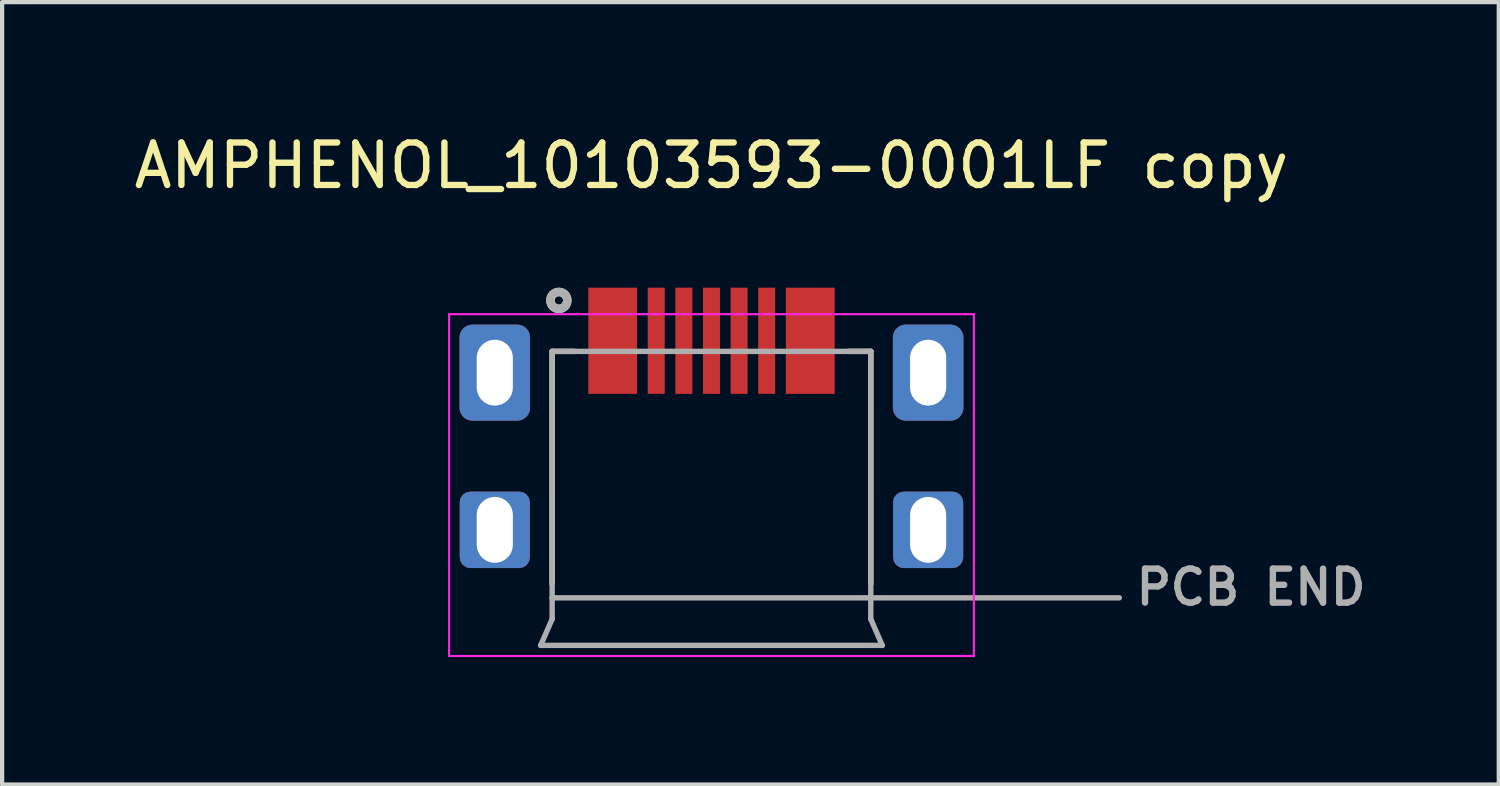
<source format=kicad_pcb>
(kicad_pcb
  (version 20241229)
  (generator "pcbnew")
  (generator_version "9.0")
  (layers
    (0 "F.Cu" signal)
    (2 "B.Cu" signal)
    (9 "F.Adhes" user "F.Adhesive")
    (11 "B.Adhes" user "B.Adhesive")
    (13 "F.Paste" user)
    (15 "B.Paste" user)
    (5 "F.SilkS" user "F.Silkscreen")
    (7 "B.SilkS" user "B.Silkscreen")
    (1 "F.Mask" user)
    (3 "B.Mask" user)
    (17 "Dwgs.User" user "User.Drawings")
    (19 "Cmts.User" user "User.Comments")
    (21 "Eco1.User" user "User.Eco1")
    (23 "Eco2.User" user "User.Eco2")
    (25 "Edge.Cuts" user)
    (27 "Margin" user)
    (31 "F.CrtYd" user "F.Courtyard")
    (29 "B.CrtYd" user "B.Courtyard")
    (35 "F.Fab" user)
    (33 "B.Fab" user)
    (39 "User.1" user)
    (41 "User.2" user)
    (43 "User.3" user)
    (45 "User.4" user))
  (footprint "AMPHENOL_10103593-0001LF copy"
    (layer "F.Cu")
    (at 13.696 9.421)
    (property "Reference" "AMPHENOL_10103593-0001LF copy" (at 0 -8.572 0) (layer "F.SilkS") (effects (font (size 1 1) (thickness 0.15))))
    (attr smd)
    (fp_poly (pts (xy -4.575 -2.475) (xy -5.625 -2.475) (xy -5.646 -2.476) (xy -5.667 -2.477) (xy -5.688 -2.48) (xy -5.708 -2.484) (xy -5.729 -2.489) (xy -5.749 -2.495) (xy -5.768 -2.502) (xy -5.788 -2.51) (xy -5.807 -2.519) (xy -5.825 -2.529) (xy -5.843 -2.54) (xy -5.86 -2.551) (xy -5.877 -2.564) (xy -5.893 -2.578) (xy -5.908 -2.592) (xy -5.922 -2.607) (xy -5.936 -2.623) (xy -5.949 -2.64) (xy -5.96 -2.657) (xy -5.971 -2.675) (xy -5.981 -2.693) (xy -5.99 -2.712) (xy -5.998 -2.732) (xy -6.005 -2.751) (xy -6.011 -2.771) (xy -6.016 -2.792) (xy -6.02 -2.812) (xy -6.023 -2.833) (xy -6.024 -2.854) (xy -6.025 -2.875) (xy -6.025 -4.525) (xy -6.024 -4.546) (xy -6.023 -4.567) (xy -6.02 -4.588) (xy -6.016 -4.608) (xy -6.011 -4.629) (xy -6.005 -4.649) (xy -5.998 -4.668) (xy -5.99 -4.688) (xy -5.981 -4.707) (xy -5.971 -4.725) (xy -5.96 -4.743) (xy -5.949 -4.76) (xy -5.936 -4.777) (xy -5.922 -4.793) (xy -5.908 -4.808) (xy -5.893 -4.822) (xy -5.877 -4.836) (xy -5.86 -4.849) (xy -5.843 -4.86) (xy -5.825 -4.871) (xy -5.807 -4.881) (xy -5.788 -4.89) (xy -5.768 -4.898) (xy -5.749 -4.905) (xy -5.729 -4.911) (xy -5.708 -4.916) (xy -5.688 -4.92) (xy -5.667 -4.923) (xy -5.646 -4.924) (xy -5.625 -4.925) (xy -4.575 -4.925) (xy -4.554 -4.924) (xy -4.533 -4.923) (xy -4.512 -4.92) (xy -4.492 -4.916) (xy -4.471 -4.911) (xy -4.451 -4.905) (xy -4.432 -4.898) (xy -4.412 -4.89) (xy -4.393 -4.881) (xy -4.375 -4.871) (xy -4.357 -4.86) (xy -4.34 -4.849) (xy -4.323 -4.836) (xy -4.307 -4.822) (xy -4.292 -4.808) (xy -4.278 -4.793) (xy -4.264 -4.777) (xy -4.251 -4.76) (xy -4.24 -4.743) (xy -4.229 -4.725) (xy -4.219 -4.707) (xy -4.21 -4.688) (xy -4.202 -4.668) (xy -4.195 -4.649) (xy -4.189 -4.629) (xy -4.184 -4.608) (xy -4.18 -4.588) (xy -4.177 -4.567) (xy -4.176 -4.546) (xy -4.175 -4.525) (xy -4.175 -2.875) (xy -4.176 -2.854) (xy -4.177 -2.833) (xy -4.18 -2.812) (xy -4.184 -2.792) (xy -4.189 -2.771) (xy -4.195 -2.751) (xy -4.202 -2.732) (xy -4.21 -2.712) (xy -4.219 -2.693) (xy -4.229 -2.675) (xy -4.24 -2.657) (xy -4.251 -2.64) (xy -4.264 -2.623) (xy -4.278 -2.607) (xy -4.292 -2.592) (xy -4.307 -2.578) (xy -4.323 -2.564) (xy -4.34 -2.551) (xy -4.357 -2.54) (xy -4.375 -2.529) (xy -4.393 -2.519) (xy -4.412 -2.51) (xy -4.432 -2.502) (xy -4.451 -2.495) (xy -4.471 -2.489) (xy -4.492 -2.484) (xy -4.512 -2.48) (xy -4.533 -2.477) (xy -4.554 -2.476) (xy -4.575 -2.475)) (stroke (width 0.01) (type solid)) (fill yes) (layer "F.Mask"))
    (fp_poly (pts (xy -4.575 1.225) (xy -5.625 1.225) (xy -5.646 1.224) (xy -5.667 1.223) (xy -5.688 1.22) (xy -5.708 1.216) (xy -5.729 1.211) (xy -5.749 1.205) (xy -5.768 1.198) (xy -5.788 1.19) (xy -5.807 1.181) (xy -5.825 1.171) (xy -5.843 1.16) (xy -5.86 1.149) (xy -5.877 1.136) (xy -5.893 1.122) (xy -5.908 1.108) (xy -5.922 1.093) (xy -5.936 1.077) (xy -5.949 1.06) (xy -5.96 1.043) (xy -5.971 1.025) (xy -5.981 1.007) (xy -5.99 0.988) (xy -5.998 0.968) (xy -6.005 0.949) (xy -6.011 0.929) (xy -6.016 0.908) (xy -6.02 0.888) (xy -6.023 0.867) (xy -6.024 0.846) (xy -6.025 0.825) (xy -6.025 -0.825) (xy -6.024 -0.846) (xy -6.023 -0.867) (xy -6.02 -0.888) (xy -6.016 -0.908) (xy -6.011 -0.929) (xy -6.005 -0.949) (xy -5.998 -0.968) (xy -5.99 -0.988) (xy -5.981 -1.007) (xy -5.971 -1.025) (xy -5.96 -1.043) (xy -5.949 -1.06) (xy -5.936 -1.077) (xy -5.922 -1.093) (xy -5.908 -1.108) (xy -5.893 -1.122) (xy -5.877 -1.136) (xy -5.86 -1.149) (xy -5.843 -1.16) (xy -5.825 -1.171) (xy -5.807 -1.181) (xy -5.788 -1.19) (xy -5.768 -1.198) (xy -5.749 -1.205) (xy -5.729 -1.211) (xy -5.708 -1.216) (xy -5.688 -1.22) (xy -5.667 -1.223) (xy -5.646 -1.224) (xy -5.625 -1.225) (xy -4.575 -1.225) (xy -4.554 -1.224) (xy -4.533 -1.223) (xy -4.512 -1.22) (xy -4.492 -1.216) (xy -4.471 -1.211) (xy -4.451 -1.205) (xy -4.432 -1.198) (xy -4.412 -1.19) (xy -4.393 -1.181) (xy -4.375 -1.171) (xy -4.357 -1.16) (xy -4.34 -1.149) (xy -4.323 -1.136) (xy -4.307 -1.122) (xy -4.292 -1.108) (xy -4.278 -1.093) (xy -4.264 -1.077) (xy -4.251 -1.06) (xy -4.24 -1.043) (xy -4.229 -1.025) (xy -4.219 -1.007) (xy -4.21 -0.988) (xy -4.202 -0.968) (xy -4.195 -0.949) (xy -4.189 -0.929) (xy -4.184 -0.908) (xy -4.18 -0.888) (xy -4.177 -0.867) (xy -4.176 -0.846) (xy -4.175 -0.825) (xy -4.175 0.825) (xy -4.176 0.846) (xy -4.177 0.867) (xy -4.18 0.888) (xy -4.184 0.908) (xy -4.189 0.929) (xy -4.195 0.949) (xy -4.202 0.968) (xy -4.21 0.988) (xy -4.219 1.007) (xy -4.229 1.025) (xy -4.24 1.043) (xy -4.251 1.06) (xy -4.264 1.077) (xy -4.278 1.093) (xy -4.292 1.108) (xy -4.307 1.122) (xy -4.323 1.136) (xy -4.34 1.149) (xy -4.357 1.16) (xy -4.375 1.171) (xy -4.393 1.181) (xy -4.412 1.19) (xy -4.432 1.198) (xy -4.451 1.205) (xy -4.471 1.211) (xy -4.492 1.216) (xy -4.512 1.22) (xy -4.533 1.223) (xy -4.554 1.224) (xy -4.575 1.225)) (stroke (width 0.01) (type solid)) (fill yes) (layer "F.Mask"))
    (fp_poly (pts (xy 5.625 -2.475) (xy 4.575 -2.475) (xy 4.554 -2.476) (xy 4.533 -2.477) (xy 4.512 -2.48) (xy 4.492 -2.484) (xy 4.471 -2.489) (xy 4.451 -2.495) (xy 4.432 -2.502) (xy 4.412 -2.51) (xy 4.393 -2.519) (xy 4.375 -2.529) (xy 4.357 -2.54) (xy 4.34 -2.551) (xy 4.323 -2.564) (xy 4.307 -2.578) (xy 4.292 -2.592) (xy 4.278 -2.607) (xy 4.264 -2.623) (xy 4.251 -2.64) (xy 4.24 -2.657) (xy 4.229 -2.675) (xy 4.219 -2.693) (xy 4.21 -2.712) (xy 4.202 -2.732) (xy 4.195 -2.751) (xy 4.189 -2.771) (xy 4.184 -2.792) (xy 4.18 -2.812) (xy 4.177 -2.833) (xy 4.176 -2.854) (xy 4.175 -2.875) (xy 4.175 -4.525) (xy 4.176 -4.546) (xy 4.177 -4.567) (xy 4.18 -4.588) (xy 4.184 -4.608) (xy 4.189 -4.629) (xy 4.195 -4.649) (xy 4.202 -4.668) (xy 4.21 -4.688) (xy 4.219 -4.707) (xy 4.229 -4.725) (xy 4.24 -4.743) (xy 4.251 -4.76) (xy 4.264 -4.777) (xy 4.278 -4.793) (xy 4.292 -4.808) (xy 4.307 -4.822) (xy 4.323 -4.836) (xy 4.34 -4.849) (xy 4.357 -4.86) (xy 4.375 -4.871) (xy 4.393 -4.881) (xy 4.412 -4.89) (xy 4.432 -4.898) (xy 4.451 -4.905) (xy 4.471 -4.911) (xy 4.492 -4.916) (xy 4.512 -4.92) (xy 4.533 -4.923) (xy 4.554 -4.924) (xy 4.575 -4.925) (xy 5.625 -4.925) (xy 5.646 -4.924) (xy 5.667 -4.923) (xy 5.688 -4.92) (xy 5.708 -4.916) (xy 5.729 -4.911) (xy 5.749 -4.905) (xy 5.768 -4.898) (xy 5.788 -4.89) (xy 5.807 -4.881) (xy 5.825 -4.871) (xy 5.843 -4.86) (xy 5.86 -4.849) (xy 5.877 -4.836) (xy 5.893 -4.822) (xy 5.908 -4.808) (xy 5.922 -4.793) (xy 5.936 -4.777) (xy 5.949 -4.76) (xy 5.96 -4.743) (xy 5.971 -4.725) (xy 5.981 -4.707) (xy 5.99 -4.688) (xy 5.998 -4.668) (xy 6.005 -4.649) (xy 6.011 -4.629) (xy 6.016 -4.608) (xy 6.02 -4.588) (xy 6.023 -4.567) (xy 6.024 -4.546) (xy 6.025 -4.525) (xy 6.025 -2.875) (xy 6.024 -2.854) (xy 6.023 -2.833) (xy 6.02 -2.812) (xy 6.016 -2.792) (xy 6.011 -2.771) (xy 6.005 -2.751) (xy 5.998 -2.732) (xy 5.99 -2.712) (xy 5.981 -2.693) (xy 5.971 -2.675) (xy 5.96 -2.657) (xy 5.949 -2.64) (xy 5.936 -2.623) (xy 5.922 -2.607) (xy 5.908 -2.592) (xy 5.893 -2.578) (xy 5.877 -2.564) (xy 5.86 -2.551) (xy 5.843 -2.54) (xy 5.825 -2.529) (xy 5.807 -2.519) (xy 5.788 -2.51) (xy 5.768 -2.502) (xy 5.749 -2.495) (xy 5.729 -2.489) (xy 5.708 -2.484) (xy 5.688 -2.48) (xy 5.667 -2.477) (xy 5.646 -2.476) (xy 5.625 -2.475)) (stroke (width 0.01) (type solid)) (fill yes) (layer "F.Mask"))
    (fp_poly (pts (xy 5.625 1.225) (xy 4.575 1.225) (xy 4.554 1.224) (xy 4.533 1.223) (xy 4.512 1.22) (xy 4.492 1.216) (xy 4.471 1.211) (xy 4.451 1.205) (xy 4.432 1.198) (xy 4.412 1.19) (xy 4.393 1.181) (xy 4.375 1.171) (xy 4.357 1.16) (xy 4.34 1.149) (xy 4.323 1.136) (xy 4.307 1.122) (xy 4.292 1.108) (xy 4.278 1.093) (xy 4.264 1.077) (xy 4.251 1.06) (xy 4.24 1.043) (xy 4.229 1.025) (xy 4.219 1.007) (xy 4.21 0.988) (xy 4.202 0.968) (xy 4.195 0.949) (xy 4.189 0.929) (xy 4.184 0.908) (xy 4.18 0.888) (xy 4.177 0.867) (xy 4.176 0.846) (xy 4.175 0.825) (xy 4.175 -0.825) (xy 4.176 -0.846) (xy 4.177 -0.867) (xy 4.18 -0.888) (xy 4.184 -0.908) (xy 4.189 -0.929) (xy 4.195 -0.949) (xy 4.202 -0.968) (xy 4.21 -0.988) (xy 4.219 -1.007) (xy 4.229 -1.025) (xy 4.24 -1.043) (xy 4.251 -1.06) (xy 4.264 -1.077) (xy 4.278 -1.093) (xy 4.292 -1.108) (xy 4.307 -1.122) (xy 4.323 -1.136) (xy 4.34 -1.149) (xy 4.357 -1.16) (xy 4.375 -1.171) (xy 4.393 -1.181) (xy 4.412 -1.19) (xy 4.432 -1.198) (xy 4.451 -1.205) (xy 4.471 -1.211) (xy 4.492 -1.216) (xy 4.512 -1.22) (xy 4.533 -1.223) (xy 4.554 -1.224) (xy 4.575 -1.225) (xy 5.625 -1.225) (xy 5.646 -1.224) (xy 5.667 -1.223) (xy 5.688 -1.22) (xy 5.708 -1.216) (xy 5.729 -1.211) (xy 5.749 -1.205) (xy 5.768 -1.198) (xy 5.788 -1.19) (xy 5.807 -1.181) (xy 5.825 -1.171) (xy 5.843 -1.16) (xy 5.86 -1.149) (xy 5.877 -1.136) (xy 5.893 -1.122) (xy 5.908 -1.108) (xy 5.922 -1.093) (xy 5.936 -1.077) (xy 5.949 -1.06) (xy 5.96 -1.043) (xy 5.971 -1.025) (xy 5.981 -1.007) (xy 5.99 -0.988) (xy 5.998 -0.968) (xy 6.005 -0.949) (xy 6.011 -0.929) (xy 6.016 -0.908) (xy 6.02 -0.888) (xy 6.023 -0.867) (xy 6.024 -0.846) (xy 6.025 -0.825) (xy 6.025 0.825) (xy 6.024 0.846) (xy 6.023 0.867) (xy 6.02 0.888) (xy 6.016 0.908) (xy 6.011 0.929) (xy 6.005 0.949) (xy 5.998 0.968) (xy 5.99 0.988) (xy 5.981 1.007) (xy 5.971 1.025) (xy 5.96 1.043) (xy 5.949 1.06) (xy 5.936 1.077) (xy 5.922 1.093) (xy 5.908 1.108) (xy 5.893 1.122) (xy 5.877 1.136) (xy 5.86 1.149) (xy 5.843 1.16) (xy 5.825 1.171) (xy 5.807 1.181) (xy 5.788 1.19) (xy 5.768 1.198) (xy 5.749 1.205) (xy 5.729 1.211) (xy 5.708 1.216) (xy 5.688 1.22) (xy 5.667 1.223) (xy 5.646 1.224) (xy 5.625 1.225)) (stroke (width 0.01) (type solid)) (fill yes) (layer "F.Mask"))
    (fp_poly (pts (xy -4.575 -2.475) (xy -5.625 -2.475) (xy -5.646 -2.476) (xy -5.667 -2.477) (xy -5.688 -2.48) (xy -5.708 -2.484) (xy -5.729 -2.489) (xy -5.749 -2.495) (xy -5.768 -2.502) (xy -5.788 -2.51) (xy -5.807 -2.519) (xy -5.825 -2.529) (xy -5.843 -2.54) (xy -5.86 -2.551) (xy -5.877 -2.564) (xy -5.893 -2.578) (xy -5.908 -2.592) (xy -5.922 -2.607) (xy -5.936 -2.623) (xy -5.949 -2.64) (xy -5.96 -2.657) (xy -5.971 -2.675) (xy -5.981 -2.693) (xy -5.99 -2.712) (xy -5.998 -2.732) (xy -6.005 -2.751) (xy -6.011 -2.771) (xy -6.016 -2.792) (xy -6.02 -2.812) (xy -6.023 -2.833) (xy -6.024 -2.854) (xy -6.025 -2.875) (xy -6.025 -4.525) (xy -6.024 -4.546) (xy -6.023 -4.567) (xy -6.02 -4.588) (xy -6.016 -4.608) (xy -6.011 -4.629) (xy -6.005 -4.649) (xy -5.998 -4.668) (xy -5.99 -4.688) (xy -5.981 -4.707) (xy -5.971 -4.725) (xy -5.96 -4.743) (xy -5.949 -4.76) (xy -5.936 -4.777) (xy -5.922 -4.793) (xy -5.908 -4.808) (xy -5.893 -4.822) (xy -5.877 -4.836) (xy -5.86 -4.849) (xy -5.843 -4.86) (xy -5.825 -4.871) (xy -5.807 -4.881) (xy -5.788 -4.89) (xy -5.768 -4.898) (xy -5.749 -4.905) (xy -5.729 -4.911) (xy -5.708 -4.916) (xy -5.688 -4.92) (xy -5.667 -4.923) (xy -5.646 -4.924) (xy -5.625 -4.925) (xy -4.575 -4.925) (xy -4.554 -4.924) (xy -4.533 -4.923) (xy -4.512 -4.92) (xy -4.492 -4.916) (xy -4.471 -4.911) (xy -4.451 -4.905) (xy -4.432 -4.898) (xy -4.412 -4.89) (xy -4.393 -4.881) (xy -4.375 -4.871) (xy -4.357 -4.86) (xy -4.34 -4.849) (xy -4.323 -4.836) (xy -4.307 -4.822) (xy -4.292 -4.808) (xy -4.278 -4.793) (xy -4.264 -4.777) (xy -4.251 -4.76) (xy -4.24 -4.743) (xy -4.229 -4.725) (xy -4.219 -4.707) (xy -4.21 -4.688) (xy -4.202 -4.668) (xy -4.195 -4.649) (xy -4.189 -4.629) (xy -4.184 -4.608) (xy -4.18 -4.588) (xy -4.177 -4.567) (xy -4.176 -4.546) (xy -4.175 -4.525) (xy -4.175 -2.875) (xy -4.176 -2.854) (xy -4.177 -2.833) (xy -4.18 -2.812) (xy -4.184 -2.792) (xy -4.189 -2.771) (xy -4.195 -2.751) (xy -4.202 -2.732) (xy -4.21 -2.712) (xy -4.219 -2.693) (xy -4.229 -2.675) (xy -4.24 -2.657) (xy -4.251 -2.64) (xy -4.264 -2.623) (xy -4.278 -2.607) (xy -4.292 -2.592) (xy -4.307 -2.578) (xy -4.323 -2.564) (xy -4.34 -2.551) (xy -4.357 -2.54) (xy -4.375 -2.529) (xy -4.393 -2.519) (xy -4.412 -2.51) (xy -4.432 -2.502) (xy -4.451 -2.495) (xy -4.471 -2.489) (xy -4.492 -2.484) (xy -4.512 -2.48) (xy -4.533 -2.477) (xy -4.554 -2.476) (xy -4.575 -2.475)) (stroke (width 0.01) (type solid)) (fill yes) (layer "B.Mask"))
    (fp_poly (pts (xy -4.575 1.225) (xy -5.625 1.225) (xy -5.646 1.224) (xy -5.667 1.223) (xy -5.688 1.22) (xy -5.708 1.216) (xy -5.729 1.211) (xy -5.749 1.205) (xy -5.768 1.198) (xy -5.788 1.19) (xy -5.807 1.181) (xy -5.825 1.171) (xy -5.843 1.16) (xy -5.86 1.149) (xy -5.877 1.136) (xy -5.893 1.122) (xy -5.908 1.108) (xy -5.922 1.093) (xy -5.936 1.077) (xy -5.949 1.06) (xy -5.96 1.043) (xy -5.971 1.025) (xy -5.981 1.007) (xy -5.99 0.988) (xy -5.998 0.968) (xy -6.005 0.949) (xy -6.011 0.929) (xy -6.016 0.908) (xy -6.02 0.888) (xy -6.023 0.867) (xy -6.024 0.846) (xy -6.025 0.825) (xy -6.025 -0.825) (xy -6.024 -0.846) (xy -6.023 -0.867) (xy -6.02 -0.888) (xy -6.016 -0.908) (xy -6.011 -0.929) (xy -6.005 -0.949) (xy -5.998 -0.968) (xy -5.99 -0.988) (xy -5.981 -1.007) (xy -5.971 -1.025) (xy -5.96 -1.043) (xy -5.949 -1.06) (xy -5.936 -1.077) (xy -5.922 -1.093) (xy -5.908 -1.108) (xy -5.893 -1.122) (xy -5.877 -1.136) (xy -5.86 -1.149) (xy -5.843 -1.16) (xy -5.825 -1.171) (xy -5.807 -1.181) (xy -5.788 -1.19) (xy -5.768 -1.198) (xy -5.749 -1.205) (xy -5.729 -1.211) (xy -5.708 -1.216) (xy -5.688 -1.22) (xy -5.667 -1.223) (xy -5.646 -1.224) (xy -5.625 -1.225) (xy -4.575 -1.225) (xy -4.554 -1.224) (xy -4.533 -1.223) (xy -4.512 -1.22) (xy -4.492 -1.216) (xy -4.471 -1.211) (xy -4.451 -1.205) (xy -4.432 -1.198) (xy -4.412 -1.19) (xy -4.393 -1.181) (xy -4.375 -1.171) (xy -4.357 -1.16) (xy -4.34 -1.149) (xy -4.323 -1.136) (xy -4.307 -1.122) (xy -4.292 -1.108) (xy -4.278 -1.093) (xy -4.264 -1.077) (xy -4.251 -1.06) (xy -4.24 -1.043) (xy -4.229 -1.025) (xy -4.219 -1.007) (xy -4.21 -0.988) (xy -4.202 -0.968) (xy -4.195 -0.949) (xy -4.189 -0.929) (xy -4.184 -0.908) (xy -4.18 -0.888) (xy -4.177 -0.867) (xy -4.176 -0.846) (xy -4.175 -0.825) (xy -4.175 0.825) (xy -4.176 0.846) (xy -4.177 0.867) (xy -4.18 0.888) (xy -4.184 0.908) (xy -4.189 0.929) (xy -4.195 0.949) (xy -4.202 0.968) (xy -4.21 0.988) (xy -4.219 1.007) (xy -4.229 1.025) (xy -4.24 1.043) (xy -4.251 1.06) (xy -4.264 1.077) (xy -4.278 1.093) (xy -4.292 1.108) (xy -4.307 1.122) (xy -4.323 1.136) (xy -4.34 1.149) (xy -4.357 1.16) (xy -4.375 1.171) (xy -4.393 1.181) (xy -4.412 1.19) (xy -4.432 1.198) (xy -4.451 1.205) (xy -4.471 1.211) (xy -4.492 1.216) (xy -4.512 1.22) (xy -4.533 1.223) (xy -4.554 1.224) (xy -4.575 1.225)) (stroke (width 0.01) (type solid)) (fill yes) (layer "B.Mask"))
    (fp_poly (pts (xy 5.625 -2.475) (xy 4.575 -2.475) (xy 4.554 -2.476) (xy 4.533 -2.477) (xy 4.512 -2.48) (xy 4.492 -2.484) (xy 4.471 -2.489) (xy 4.451 -2.495) (xy 4.432 -2.502) (xy 4.412 -2.51) (xy 4.393 -2.519) (xy 4.375 -2.529) (xy 4.357 -2.54) (xy 4.34 -2.551) (xy 4.323 -2.564) (xy 4.307 -2.578) (xy 4.292 -2.592) (xy 4.278 -2.607) (xy 4.264 -2.623) (xy 4.251 -2.64) (xy 4.24 -2.657) (xy 4.229 -2.675) (xy 4.219 -2.693) (xy 4.21 -2.712) (xy 4.202 -2.732) (xy 4.195 -2.751) (xy 4.189 -2.771) (xy 4.184 -2.792) (xy 4.18 -2.812) (xy 4.177 -2.833) (xy 4.176 -2.854) (xy 4.175 -2.875) (xy 4.175 -4.525) (xy 4.176 -4.546) (xy 4.177 -4.567) (xy 4.18 -4.588) (xy 4.184 -4.608) (xy 4.189 -4.629) (xy 4.195 -4.649) (xy 4.202 -4.668) (xy 4.21 -4.688) (xy 4.219 -4.707) (xy 4.229 -4.725) (xy 4.24 -4.743) (xy 4.251 -4.76) (xy 4.264 -4.777) (xy 4.278 -4.793) (xy 4.292 -4.808) (xy 4.307 -4.822) (xy 4.323 -4.836) (xy 4.34 -4.849) (xy 4.357 -4.86) (xy 4.375 -4.871) (xy 4.393 -4.881) (xy 4.412 -4.89) (xy 4.432 -4.898) (xy 4.451 -4.905) (xy 4.471 -4.911) (xy 4.492 -4.916) (xy 4.512 -4.92) (xy 4.533 -4.923) (xy 4.554 -4.924) (xy 4.575 -4.925) (xy 5.625 -4.925) (xy 5.646 -4.924) (xy 5.667 -4.923) (xy 5.688 -4.92) (xy 5.708 -4.916) (xy 5.729 -4.911) (xy 5.749 -4.905) (xy 5.768 -4.898) (xy 5.788 -4.89) (xy 5.807 -4.881) (xy 5.825 -4.871) (xy 5.843 -4.86) (xy 5.86 -4.849) (xy 5.877 -4.836) (xy 5.893 -4.822) (xy 5.908 -4.808) (xy 5.922 -4.793) (xy 5.936 -4.777) (xy 5.949 -4.76) (xy 5.96 -4.743) (xy 5.971 -4.725) (xy 5.981 -4.707) (xy 5.99 -4.688) (xy 5.998 -4.668) (xy 6.005 -4.649) (xy 6.011 -4.629) (xy 6.016 -4.608) (xy 6.02 -4.588) (xy 6.023 -4.567) (xy 6.024 -4.546) (xy 6.025 -4.525) (xy 6.025 -2.875) (xy 6.024 -2.854) (xy 6.023 -2.833) (xy 6.02 -2.812) (xy 6.016 -2.792) (xy 6.011 -2.771) (xy 6.005 -2.751) (xy 5.998 -2.732) (xy 5.99 -2.712) (xy 5.981 -2.693) (xy 5.971 -2.675) (xy 5.96 -2.657) (xy 5.949 -2.64) (xy 5.936 -2.623) (xy 5.922 -2.607) (xy 5.908 -2.592) (xy 5.893 -2.578) (xy 5.877 -2.564) (xy 5.86 -2.551) (xy 5.843 -2.54) (xy 5.825 -2.529) (xy 5.807 -2.519) (xy 5.788 -2.51) (xy 5.768 -2.502) (xy 5.749 -2.495) (xy 5.729 -2.489) (xy 5.708 -2.484) (xy 5.688 -2.48) (xy 5.667 -2.477) (xy 5.646 -2.476) (xy 5.625 -2.475)) (stroke (width 0.01) (type solid)) (fill yes) (layer "B.Mask"))
    (fp_poly (pts (xy 5.625 1.225) (xy 4.575 1.225) (xy 4.554 1.224) (xy 4.533 1.223) (xy 4.512 1.22) (xy 4.492 1.216) (xy 4.471 1.211) (xy 4.451 1.205) (xy 4.432 1.198) (xy 4.412 1.19) (xy 4.393 1.181) (xy 4.375 1.171) (xy 4.357 1.16) (xy 4.34 1.149) (xy 4.323 1.136) (xy 4.307 1.122) (xy 4.292 1.108) (xy 4.278 1.093) (xy 4.264 1.077) (xy 4.251 1.06) (xy 4.24 1.043) (xy 4.229 1.025) (xy 4.219 1.007) (xy 4.21 0.988) (xy 4.202 0.968) (xy 4.195 0.949) (xy 4.189 0.929) (xy 4.184 0.908) (xy 4.18 0.888) (xy 4.177 0.867) (xy 4.176 0.846) (xy 4.175 0.825) (xy 4.175 -0.825) (xy 4.176 -0.846) (xy 4.177 -0.867) (xy 4.18 -0.888) (xy 4.184 -0.908) (xy 4.189 -0.929) (xy 4.195 -0.949) (xy 4.202 -0.968) (xy 4.21 -0.988) (xy 4.219 -1.007) (xy 4.229 -1.025) (xy 4.24 -1.043) (xy 4.251 -1.06) (xy 4.264 -1.077) (xy 4.278 -1.093) (xy 4.292 -1.108) (xy 4.307 -1.122) (xy 4.323 -1.136) (xy 4.34 -1.149) (xy 4.357 -1.16) (xy 4.375 -1.171) (xy 4.393 -1.181) (xy 4.412 -1.19) (xy 4.432 -1.198) (xy 4.451 -1.205) (xy 4.471 -1.211) (xy 4.492 -1.216) (xy 4.512 -1.22) (xy 4.533 -1.223) (xy 4.554 -1.224) (xy 4.575 -1.225) (xy 5.625 -1.225) (xy 5.646 -1.224) (xy 5.667 -1.223) (xy 5.688 -1.22) (xy 5.708 -1.216) (xy 5.729 -1.211) (xy 5.749 -1.205) (xy 5.768 -1.198) (xy 5.788 -1.19) (xy 5.807 -1.181) (xy 5.825 -1.171) (xy 5.843 -1.16) (xy 5.86 -1.149) (xy 5.877 -1.136) (xy 5.893 -1.122) (xy 5.908 -1.108) (xy 5.922 -1.093) (xy 5.936 -1.077) (xy 5.949 -1.06) (xy 5.96 -1.043) (xy 5.971 -1.025) (xy 5.981 -1.007) (xy 5.99 -0.988) (xy 5.998 -0.968) (xy 6.005 -0.949) (xy 6.011 -0.929) (xy 6.016 -0.908) (xy 6.02 -0.888) (xy 6.023 -0.867) (xy 6.024 -0.846) (xy 6.025 -0.825) (xy 6.025 0.825) (xy 6.024 0.846) (xy 6.023 0.867) (xy 6.02 0.888) (xy 6.016 0.908) (xy 6.011 0.929) (xy 6.005 0.949) (xy 5.998 0.968) (xy 5.99 0.988) (xy 5.981 1.007) (xy 5.971 1.025) (xy 5.96 1.043) (xy 5.949 1.06) (xy 5.936 1.077) (xy 5.922 1.093) (xy 5.908 1.108) (xy 5.893 1.122) (xy 5.877 1.136) (xy 5.86 1.149) (xy 5.843 1.16) (xy 5.825 1.171) (xy 5.807 1.181) (xy 5.788 1.19) (xy 5.768 1.198) (xy 5.749 1.205) (xy 5.729 1.211) (xy 5.708 1.216) (xy 5.688 1.22) (xy 5.667 1.223) (xy 5.646 1.224) (xy 5.625 1.225)) (stroke (width 0.01) (type solid)) (fill yes) (layer "B.Mask"))
    (fp_line (start -3.75 -4.2) (end -3.22 -4.2) (stroke (width 0.127) (type solid)) (layer "F.SilkS"))
    (fp_line (start -3.75 1.27) (end -3.75 -4.2) (stroke (width 0.127) (type solid)) (layer "F.SilkS"))
    (fp_line (start 3.22 -4.2) (end 3.75 -4.2) (stroke (width 0.127) (type solid)) (layer "F.SilkS"))
    (fp_line (start 3.75 -4.2) (end 3.75 1.27) (stroke (width 0.127) (type solid)) (layer "F.SilkS"))
    (fp_circle (center -3.592 -5.4) (end -3.493 -5.4) (stroke (width 0.2) (type solid)) (fill no) (layer "F.SilkS"))
    (fp_line (start -6.175 -5.075) (end 6.175 -5.075) (stroke (width 0.05) (type solid)) (layer "F.CrtYd"))
    (fp_line (start -6.175 2.97) (end -6.175 -5.075) (stroke (width 0.05) (type solid)) (layer "F.CrtYd"))
    (fp_line (start 6.175 -5.075) (end 6.175 2.97) (stroke (width 0.05) (type solid)) (layer "F.CrtYd"))
    (fp_line (start 6.175 2.97) (end -6.175 2.97) (stroke (width 0.05) (type solid)) (layer "F.CrtYd"))
    (fp_line (start -4.02 2.72) (end 4.02 2.72) (stroke (width 0.127) (type solid)) (layer "F.Fab"))
    (fp_line (start -3.75 -4.2) (end 3.75 -4.2) (stroke (width 0.127) (type solid)) (layer "F.Fab"))
    (fp_line (start -3.75 1.6) (end -3.75 -4.2) (stroke (width 0.127) (type solid)) (layer "F.Fab"))
    (fp_line (start -3.75 1.6) (end 9.6 1.6) (stroke (width 0.127) (type solid)) (layer "F.Fab"))
    (fp_line (start -3.75 2.1) (end -4.02 2.72) (stroke (width 0.127) (type solid)) (layer "F.Fab"))
    (fp_line (start -3.75 2.1) (end -3.75 1.6) (stroke (width 0.127) (type solid)) (layer "F.Fab"))
    (fp_line (start 3.75 -4.2) (end 3.75 2.1) (stroke (width 0.127) (type solid)) (layer "F.Fab"))
    (fp_line (start 4.02 2.72) (end 3.75 2.1) (stroke (width 0.127) (type solid)) (layer "F.Fab"))
    (fp_circle (center -3.592 -5.4) (end -3.493 -5.4) (stroke (width 0.2) (type solid)) (fill no) (layer "F.Fab"))
    (fp_line (start -5.525 -4.175) (end -5.525 -3.225) (stroke (width 0.01) (type solid)) (layer "User.1"))
    (fp_line (start -5.525 -0.475) (end -5.525 0.475) (stroke (width 0.01) (type solid)) (layer "User.1"))
    (fp_line (start -5.225 -2.925) (end -4.975 -2.925) (stroke (width 0.01) (type solid)) (layer "User.1"))
    (fp_line (start -5.225 0.775) (end -4.975 0.775) (stroke (width 0.01) (type solid)) (layer "User.1"))
    (fp_line (start -4.975 -4.475) (end -5.225 -4.475) (stroke (width 0.01) (type solid)) (layer "User.1"))
    (fp_line (start -4.975 -0.775) (end -5.225 -0.775) (stroke (width 0.01) (type solid)) (layer "User.1"))
    (fp_line (start -4.675 -3.225) (end -4.675 -4.175) (stroke (width 0.01) (type solid)) (layer "User.1"))
    (fp_line (start -4.675 0.475) (end -4.675 -0.475) (stroke (width 0.01) (type solid)) (layer "User.1"))
    (fp_line (start 4.675 -4.175) (end 4.675 -3.225) (stroke (width 0.01) (type solid)) (layer "User.1"))
    (fp_line (start 4.675 -0.475) (end 4.675 0.475) (stroke (width 0.01) (type solid)) (layer "User.1"))
    (fp_line (start 4.975 -2.925) (end 5.225 -2.925) (stroke (width 0.01) (type solid)) (layer "User.1"))
    (fp_line (start 4.975 0.775) (end 5.225 0.775) (stroke (width 0.01) (type solid)) (layer "User.1"))
    (fp_line (start 5.225 -4.475) (end 4.975 -4.475) (stroke (width 0.01) (type solid)) (layer "User.1"))
    (fp_line (start 5.225 -0.775) (end 4.975 -0.775) (stroke (width 0.01) (type solid)) (layer "User.1"))
    (fp_line (start 5.525 -3.225) (end 5.525 -4.175) (stroke (width 0.01) (type solid)) (layer "User.1"))
    (fp_line (start 5.525 0.475) (end 5.525 -0.475) (stroke (width 0.01) (type solid)) (layer "User.1"))
    (fp_arc (start -5.525 -4.175) (mid -5.437132 -4.387132) (end -5.225 -4.475) (stroke (width 0.01) (type solid)) (layer "User.1"))
    (fp_arc (start -5.525 -0.475) (mid -5.437132 -0.687132) (end -5.225 -0.775) (stroke (width 0.01) (type solid)) (layer "User.1"))
    (fp_arc (start -5.225 -2.925) (mid -5.437132 -3.012868) (end -5.525 -3.225) (stroke (width 0.01) (type solid)) (layer "User.1"))
    (fp_arc (start -5.225 0.775) (mid -5.437132 0.687132) (end -5.525 0.475) (stroke (width 0.01) (type solid)) (layer "User.1"))
    (fp_arc (start -4.975 -4.475) (mid -4.762868 -4.387132) (end -4.675 -4.175) (stroke (width 0.01) (type solid)) (layer "User.1"))
    (fp_arc (start -4.975 -0.775) (mid -4.762868 -0.687132) (end -4.675 -0.475) (stroke (width 0.01) (type solid)) (layer "User.1"))
    (fp_arc (start -4.675 -3.225) (mid -4.762868 -3.012868) (end -4.975 -2.925) (stroke (width 0.01) (type solid)) (layer "User.1"))
    (fp_arc (start -4.675 0.475) (mid -4.762868 0.687132) (end -4.975 0.775) (stroke (width 0.01) (type solid)) (layer "User.1"))
    (fp_arc (start 4.675 -4.175) (mid 4.762868 -4.387132) (end 4.975 -4.475) (stroke (width 0.01) (type solid)) (layer "User.1"))
    (fp_arc (start 4.675 -0.475) (mid 4.762868 -0.687132) (end 4.975 -0.775) (stroke (width 0.01) (type solid)) (layer "User.1"))
    (fp_arc (start 4.975 -2.925) (mid 4.762868 -3.012868) (end 4.675 -3.225) (stroke (width 0.01) (type solid)) (layer "User.1"))
    (fp_arc (start 4.975 0.775) (mid 4.762868 0.687132) (end 4.675 0.475) (stroke (width 0.01) (type solid)) (layer "User.1"))
    (fp_arc (start 5.225 -4.475) (mid 5.437132 -4.387132) (end 5.525 -4.175) (stroke (width 0.01) (type solid)) (layer "User.1"))
    (fp_arc (start 5.225 -0.775) (mid 5.437132 -0.687132) (end 5.525 -0.475) (stroke (width 0.01) (type solid)) (layer "User.1"))
    (fp_arc (start 5.525 -3.225) (mid 5.437132 -3.012868) (end 5.225 -2.925) (stroke (width 0.01) (type solid)) (layer "User.1"))
    (fp_arc (start 5.525 0.475) (mid 5.437132 0.687132) (end 5.225 0.775) (stroke (width 0.01) (type solid)) (layer "User.1"))
    (fp_text user "PCB END" (at 12.7 1.35 0) (layer "F.Fab") (effects (font (size 0.8 0.8) (thickness 0.15))))
    (pad "1" smd rect (at -1.3 -4.45) (size 0.4 2.5) (layers "F.Cu" "F.Mask" "F.Paste"))
    (pad "2" smd rect (at -0.65 -4.45) (size 0.4 2.5) (layers "F.Cu" "F.Mask" "F.Paste"))
    (pad "3" smd rect (at 0 -4.45) (size 0.4 2.5) (layers "F.Cu" "F.Mask" "F.Paste"))
    (pad "4" smd rect (at 0.65 -4.45) (size 0.4 2.5) (layers "F.Cu" "F.Mask" "F.Paste"))
    (pad "5" smd rect (at 1.3 -4.45) (size 0.4 2.5) (layers "F.Cu" "F.Mask" "F.Paste"))
    (pad "S1" smd rect (at -2.325 -4.45) (size 1.15 2.5) (layers "F.Cu" "F.Mask" "F.Paste"))
    (pad "S2" smd rect (at 2.325 -4.45) (size 1.15 2.5) (layers "F.Cu" "F.Mask" "F.Paste"))
    (pad "S3" thru_hole custom (at -5.1 -3.7) (size 1.65 1.65) (drill oval 0.85 1.55) (layers "*.Cu") (options (anchor circle)) (primitives (gr_poly (pts (xy 0.525 1.125) (xy -0.525 1.125) (xy -0.541 1.125) (xy -0.556 1.123) (xy -0.572 1.121) (xy -0.587 1.118) (xy -0.603 1.115) (xy -0.618 1.11) (xy -0.633 1.105) (xy -0.647 1.099) (xy -0.661 1.092) (xy -0.675 1.085) (xy -0.688 1.077) (xy -0.701 1.068) (xy -0.714 1.058) (xy -0.726 1.048) (xy -0.737 1.037) (xy -0.748 1.026) (xy -0.758 1.014) (xy -0.768 1.001) (xy -0.777 0.988) (xy -0.785 0.975) (xy -0.792 0.961) (xy -0.799 0.947) (xy -0.805 0.933) (xy -0.81 0.918) (xy -0.815 0.903) (xy -0.818 0.887) (xy -0.821 0.872) (xy -0.823 0.856) (xy -0.825 0.841) (xy -0.825 0.825) (xy -0.825 -0.825) (xy -0.825 -0.841) (xy -0.823 -0.856) (xy -0.821 -0.872) (xy -0.818 -0.887) (xy -0.815 -0.903) (xy -0.81 -0.918) (xy -0.805 -0.933) (xy -0.799 -0.947) (xy -0.792 -0.961) (xy -0.785 -0.975) (xy -0.777 -0.988) (xy -0.768 -1.001) (xy -0.758 -1.014) (xy -0.748 -1.026) (xy -0.737 -1.037) (xy -0.726 -1.048) (xy -0.714 -1.058) (xy -0.701 -1.068) (xy -0.688 -1.077) (xy -0.675 -1.085) (xy -0.661 -1.092) (xy -0.647 -1.099) (xy -0.633 -1.105) (xy -0.618 -1.11) (xy -0.603 -1.115) (xy -0.587 -1.118) (xy -0.572 -1.121) (xy -0.556 -1.123) (xy -0.541 -1.125) (xy -0.525 -1.125) (xy 0.525 -1.125) (xy 0.541 -1.125) (xy 0.556 -1.123) (xy 0.572 -1.121) (xy 0.587 -1.118) (xy 0.603 -1.115) (xy 0.618 -1.11) (xy 0.633 -1.105) (xy 0.647 -1.099) (xy 0.661 -1.092) (xy 0.675 -1.085) (xy 0.688 -1.077) (xy 0.701 -1.068) (xy 0.714 -1.058) (xy 0.726 -1.048) (xy 0.737 -1.037) (xy 0.748 -1.026) (xy 0.758 -1.014) (xy 0.768 -1.001) (xy 0.777 -0.988) (xy 0.785 -0.975) (xy 0.792 -0.961) (xy 0.799 -0.947) (xy 0.805 -0.933) (xy 0.81 -0.918) (xy 0.815 -0.903) (xy 0.818 -0.887) (xy 0.821 -0.872) (xy 0.823 -0.856) (xy 0.825 -0.841) (xy 0.825 -0.825) (xy 0.825 0.825) (xy 0.825 0.841) (xy 0.823 0.856) (xy 0.821 0.872) (xy 0.818 0.887) (xy 0.815 0.903) (xy 0.81 0.918) (xy 0.805 0.933) (xy 0.799 0.947) (xy 0.792 0.961) (xy 0.785 0.975) (xy 0.777 0.988) (xy 0.768 1.001) (xy 0.758 1.014) (xy 0.748 1.026) (xy 0.737 1.037) (xy 0.726 1.048) (xy 0.714 1.058) (xy 0.701 1.068) (xy 0.688 1.077) (xy 0.675 1.085) (xy 0.661 1.092) (xy 0.647 1.099) (xy 0.633 1.105) (xy 0.618 1.11) (xy 0.603 1.115) (xy 0.587 1.118) (xy 0.572 1.121) (xy 0.556 1.123) (xy 0.541 1.125) (xy 0.525 1.125)) (width 0.01) (fill yes))))
    (pad "S4" thru_hole custom (at 5.1 -3.7) (size 1.65 1.65) (drill oval 0.85 1.55) (layers "*.Cu") (options (anchor circle)) (primitives (gr_poly (pts (xy 0.525 1.125) (xy -0.525 1.125) (xy -0.541 1.125) (xy -0.556 1.123) (xy -0.572 1.121) (xy -0.587 1.118) (xy -0.603 1.115) (xy -0.618 1.11) (xy -0.633 1.105) (xy -0.647 1.099) (xy -0.661 1.092) (xy -0.675 1.085) (xy -0.688 1.077) (xy -0.701 1.068) (xy -0.714 1.058) (xy -0.726 1.048) (xy -0.737 1.037) (xy -0.748 1.026) (xy -0.758 1.014) (xy -0.768 1.001) (xy -0.777 0.988) (xy -0.785 0.975) (xy -0.792 0.961) (xy -0.799 0.947) (xy -0.805 0.933) (xy -0.81 0.918) (xy -0.815 0.903) (xy -0.818 0.887) (xy -0.821 0.872) (xy -0.823 0.856) (xy -0.825 0.841) (xy -0.825 0.825) (xy -0.825 -0.825) (xy -0.825 -0.841) (xy -0.823 -0.856) (xy -0.821 -0.872) (xy -0.818 -0.887) (xy -0.815 -0.903) (xy -0.81 -0.918) (xy -0.805 -0.933) (xy -0.799 -0.947) (xy -0.792 -0.961) (xy -0.785 -0.975) (xy -0.777 -0.988) (xy -0.768 -1.001) (xy -0.758 -1.014) (xy -0.748 -1.026) (xy -0.737 -1.037) (xy -0.726 -1.048) (xy -0.714 -1.058) (xy -0.701 -1.068) (xy -0.688 -1.077) (xy -0.675 -1.085) (xy -0.661 -1.092) (xy -0.647 -1.099) (xy -0.633 -1.105) (xy -0.618 -1.11) (xy -0.603 -1.115) (xy -0.587 -1.118) (xy -0.572 -1.121) (xy -0.556 -1.123) (xy -0.541 -1.125) (xy -0.525 -1.125) (xy 0.525 -1.125) (xy 0.541 -1.125) (xy 0.556 -1.123) (xy 0.572 -1.121) (xy 0.587 -1.118) (xy 0.603 -1.115) (xy 0.618 -1.11) (xy 0.633 -1.105) (xy 0.647 -1.099) (xy 0.661 -1.092) (xy 0.675 -1.085) (xy 0.688 -1.077) (xy 0.701 -1.068) (xy 0.714 -1.058) (xy 0.726 -1.048) (xy 0.737 -1.037) (xy 0.748 -1.026) (xy 0.758 -1.014) (xy 0.768 -1.001) (xy 0.777 -0.988) (xy 0.785 -0.975) (xy 0.792 -0.961) (xy 0.799 -0.947) (xy 0.805 -0.933) (xy 0.81 -0.918) (xy 0.815 -0.903) (xy 0.818 -0.887) (xy 0.821 -0.872) (xy 0.823 -0.856) (xy 0.825 -0.841) (xy 0.825 -0.825) (xy 0.825 0.825) (xy 0.825 0.841) (xy 0.823 0.856) (xy 0.821 0.872) (xy 0.818 0.887) (xy 0.815 0.903) (xy 0.81 0.918) (xy 0.805 0.933) (xy 0.799 0.947) (xy 0.792 0.961) (xy 0.785 0.975) (xy 0.777 0.988) (xy 0.768 1.001) (xy 0.758 1.014) (xy 0.748 1.026) (xy 0.737 1.037) (xy 0.726 1.048) (xy 0.714 1.058) (xy 0.701 1.068) (xy 0.688 1.077) (xy 0.675 1.085) (xy 0.661 1.092) (xy 0.647 1.099) (xy 0.633 1.105) (xy 0.618 1.11) (xy 0.603 1.115) (xy 0.587 1.118) (xy 0.572 1.121) (xy 0.556 1.123) (xy 0.541 1.125) (xy 0.525 1.125)) (width 0.01) (fill yes))))
    (pad "S5" thru_hole roundrect (at -5.1 0) (size 1.65 1.8) (drill oval 0.85 1.55) (layers "*.Cu") (roundrect_rratio 0.152))
    (pad "S6" thru_hole roundrect (at 5.1 0) (size 1.65 1.8) (drill oval 0.85 1.55) (layers "*.Cu") (roundrect_rratio 0.152)))
  (gr_rect
    (start -3 -3)
    (end 32.227 15.416)
    (stroke (width 0.1) (type default))
    (fill no)
    (layer "Edge.Cuts")))
</source>
